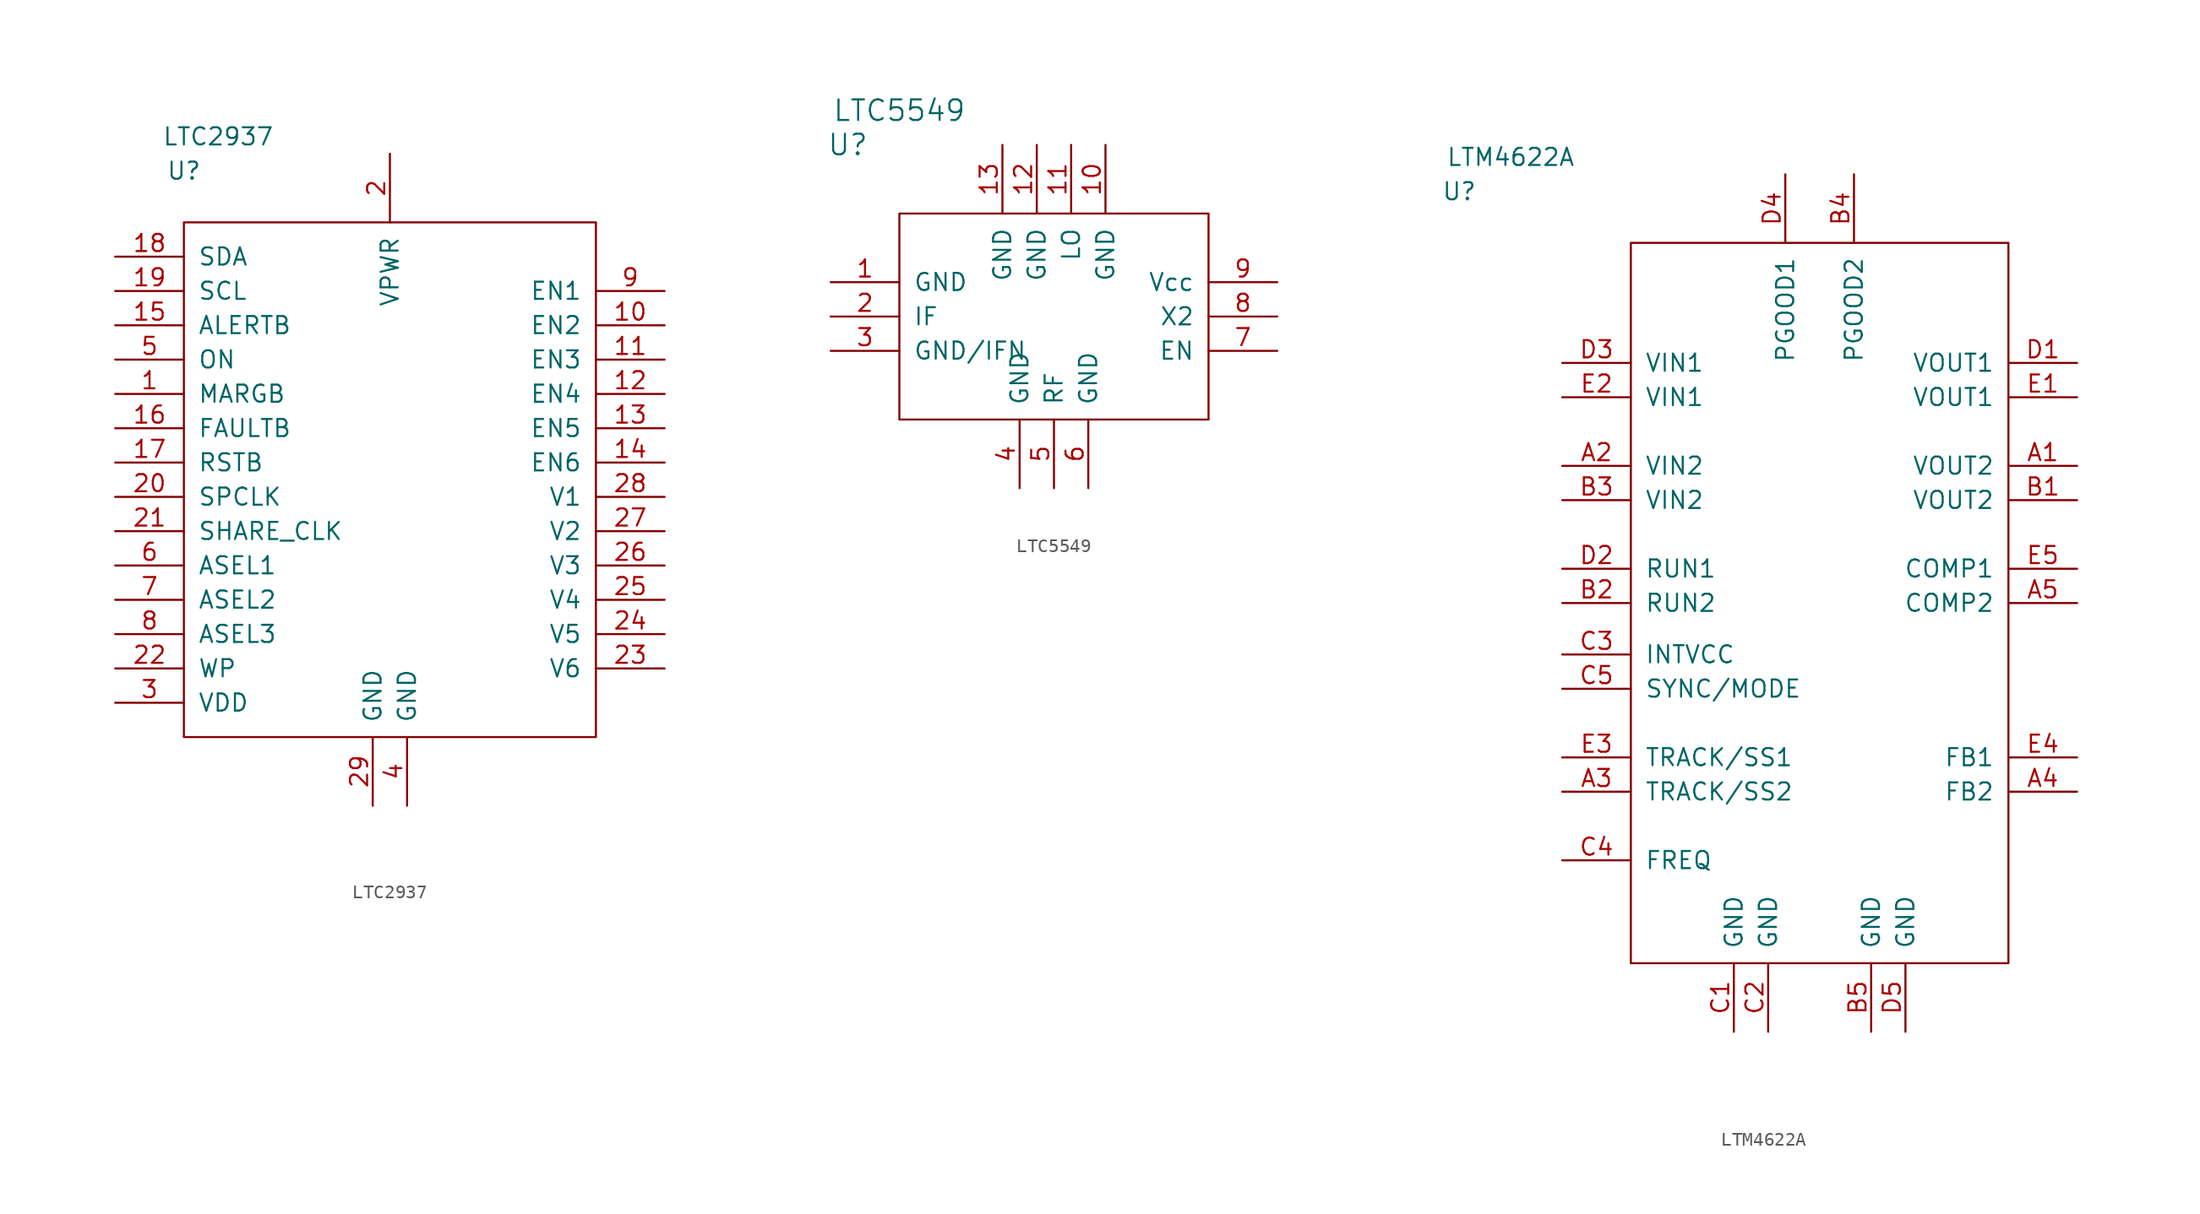
<source format=kicad_sym>
(kicad_symbol_lib
  (version 20201005)
  (generator kicad_symbol_editor)
  (symbol "vna_mm:LTC2937"
    (pin_names
      (offset 1.016))
    (property "Reference" "U"
      (at -15.24 22.86 0)
      (effects (font (size 1.27 1.27))))
    (property "Value" "LTC2937"
      (at -12.7 25.4 0)
      (effects (font (size 1.27 1.27))))
    (symbol "LTC2937_0_1"
      (rectangle (start -15.24 19.05) (end 15.24 -19.05) (stroke (width 0)) (fill (type none))))
    (symbol "LTC2937_1_1"
      (pin input line (at -20.32 6.35 0) (length 5.08) (name "MARGB" (effects (font (size 1.27 1.27)))) (number "1" (effects (font (size 1.27 1.27)))))
      (pin output line (at 20.32 11.43 180) (length 5.08) (name "EN2" (effects (font (size 1.27 1.27)))) (number "10" (effects (font (size 1.27 1.27)))))
      (pin output line (at 20.32 8.89 180) (length 5.08) (name "EN3" (effects (font (size 1.27 1.27)))) (number "11" (effects (font (size 1.27 1.27)))))
      (pin output line (at 20.32 6.35 180) (length 5.08) (name "EN4" (effects (font (size 1.27 1.27)))) (number "12" (effects (font (size 1.27 1.27)))))
      (pin output line (at 20.32 3.81 180) (length 5.08) (name "EN5" (effects (font (size 1.27 1.27)))) (number "13" (effects (font (size 1.27 1.27)))))
      (pin output line (at 20.32 1.27 180) (length 5.08) (name "EN6" (effects (font (size 1.27 1.27)))) (number "14" (effects (font (size 1.27 1.27)))))
      (pin output line (at -20.32 11.43 0) (length 5.08) (name "ALERTB" (effects (font (size 1.27 1.27)))) (number "15" (effects (font (size 1.27 1.27)))))
      (pin output line (at -20.32 3.81 0) (length 5.08) (name "FAULTB" (effects (font (size 1.27 1.27)))) (number "16" (effects (font (size 1.27 1.27)))))
      (pin bidirectional line (at -20.32 1.27 0) (length 5.08) (name "RSTB" (effects (font (size 1.27 1.27)))) (number "17" (effects (font (size 1.27 1.27)))))
      (pin bidirectional line (at -20.32 16.51 0) (length 5.08) (name "SDA" (effects (font (size 1.27 1.27)))) (number "18" (effects (font (size 1.27 1.27)))))
      (pin bidirectional line (at -20.32 13.97 0) (length 5.08) (name "SCL" (effects (font (size 1.27 1.27)))) (number "19" (effects (font (size 1.27 1.27)))))
      (pin power_in line (at 0 24.13 270) (length 5.08) (name "VPWR" (effects (font (size 1.27 1.27)))) (number "2" (effects (font (size 1.27 1.27)))))
      (pin bidirectional line (at -20.32 -1.27 0) (length 5.08) (name "SPCLK" (effects (font (size 1.27 1.27)))) (number "20" (effects (font (size 1.27 1.27)))))
      (pin bidirectional line (at -20.32 -3.81 0) (length 5.08) (name "SHARE_CLK" (effects (font (size 1.27 1.27)))) (number "21" (effects (font (size 1.27 1.27)))))
      (pin input line (at -20.32 -13.97 0) (length 5.08) (name "WP" (effects (font (size 1.27 1.27)))) (number "22" (effects (font (size 1.27 1.27)))))
      (pin input line (at 20.32 -13.97 180) (length 5.08) (name "V6" (effects (font (size 1.27 1.27)))) (number "23" (effects (font (size 1.27 1.27)))))
      (pin input line (at 20.32 -11.43 180) (length 5.08) (name "V5" (effects (font (size 1.27 1.27)))) (number "24" (effects (font (size 1.27 1.27)))))
      (pin input line (at 20.32 -8.89 180) (length 5.08) (name "V4" (effects (font (size 1.27 1.27)))) (number "25" (effects (font (size 1.27 1.27)))))
      (pin input line (at 20.32 -6.35 180) (length 5.08) (name "V3" (effects (font (size 1.27 1.27)))) (number "26" (effects (font (size 1.27 1.27)))))
      (pin input line (at 20.32 -3.81 180) (length 5.08) (name "V2" (effects (font (size 1.27 1.27)))) (number "27" (effects (font (size 1.27 1.27)))))
      (pin input line (at 20.32 -1.27 180) (length 5.08) (name "V1" (effects (font (size 1.27 1.27)))) (number "28" (effects (font (size 1.27 1.27)))))
      (pin power_in line (at -1.27 -24.13 90) (length 5.08) (name "GND" (effects (font (size 1.27 1.27)))) (number "29" (effects (font (size 1.27 1.27)))))
      (pin power_out line (at -20.32 -16.51 0) (length 5.08) (name "VDD" (effects (font (size 1.27 1.27)))) (number "3" (effects (font (size 1.27 1.27)))))
      (pin power_in line (at 1.27 -24.13 90) (length 5.08) (name "GND" (effects (font (size 1.27 1.27)))) (number "4" (effects (font (size 1.27 1.27)))))
      (pin input line (at -20.32 8.89 0) (length 5.08) (name "ON" (effects (font (size 1.27 1.27)))) (number "5" (effects (font (size 1.27 1.27)))))
      (pin input line (at -20.32 -6.35 0) (length 5.08) (name "ASEL1" (effects (font (size 1.27 1.27)))) (number "6" (effects (font (size 1.27 1.27)))))
      (pin input line (at -20.32 -8.89 0) (length 5.08) (name "ASEL2" (effects (font (size 1.27 1.27)))) (number "7" (effects (font (size 1.27 1.27)))))
      (pin input line (at -20.32 -11.43 0) (length 5.08) (name "ASEL3" (effects (font (size 1.27 1.27)))) (number "8" (effects (font (size 1.27 1.27)))))
      (pin output line (at 20.32 13.97 180) (length 5.08) (name "EN1" (effects (font (size 1.27 1.27)))) (number "9" (effects (font (size 1.27 1.27)))))))
  (symbol "vna_mm:LTC5549"
    (pin_names
      (offset 1.016))
    (property "Reference" "U"
      (at -15.24 12.7 0)
      (effects (font (size 1.524 1.524))))
    (property "Value" "LTC5549"
      (at -11.43 15.24 0)
      (effects (font (size 1.524 1.524))))
    (property "Footprint" ""
      (at 0 0 0)
      (effects (font (size 1.524 1.524))))
    (property "Datasheet" ""
      (at 0 0 0)
      (effects (font (size 1.524 1.524))))
    (symbol "LTC5549_0_1"
      (rectangle (start -11.43 7.62) (end 11.43 -7.62) (stroke (width 0)) (fill (type none))))
    (symbol "LTC5549_1_1"
      (pin input line (at -16.51 2.54 0) (length 5.08) (name "GND" (effects (font (size 1.27 1.27)))) (number "1" (effects (font (size 1.27 1.27)))))
      (pin input line (at 3.81 12.7 270) (length 5.08) (name "GND" (effects (font (size 1.27 1.27)))) (number "10" (effects (font (size 1.27 1.27)))))
      (pin input line (at 1.27 12.7 270) (length 5.08) (name "LO" (effects (font (size 1.27 1.27)))) (number "11" (effects (font (size 1.27 1.27)))))
      (pin input line (at -1.27 12.7 270) (length 5.08) (name "GND" (effects (font (size 1.27 1.27)))) (number "12" (effects (font (size 1.27 1.27)))))
      (pin input line (at -3.81 12.7 270) (length 5.08) (name "GND" (effects (font (size 1.27 1.27)))) (number "13" (effects (font (size 1.27 1.27)))))
      (pin input line (at -16.51 0 0) (length 5.08) (name "IF" (effects (font (size 1.27 1.27)))) (number "2" (effects (font (size 1.27 1.27)))))
      (pin input line (at -16.51 -2.54 0) (length 5.08) (name "GND/IFN" (effects (font (size 1.27 1.27)))) (number "3" (effects (font (size 1.27 1.27)))))
      (pin input line (at -2.54 -12.7 90) (length 5.08) (name "GND" (effects (font (size 1.27 1.27)))) (number "4" (effects (font (size 1.27 1.27)))))
      (pin input line (at 0 -12.7 90) (length 5.08) (name "RF" (effects (font (size 1.27 1.27)))) (number "5" (effects (font (size 1.27 1.27)))))
      (pin input line (at 2.54 -12.7 90) (length 5.08) (name "GND" (effects (font (size 1.27 1.27)))) (number "6" (effects (font (size 1.27 1.27)))))
      (pin input line (at 16.51 -2.54 180) (length 5.08) (name "EN" (effects (font (size 1.27 1.27)))) (number "7" (effects (font (size 1.27 1.27)))))
      (pin input line (at 16.51 0 180) (length 5.08) (name "X2" (effects (font (size 1.27 1.27)))) (number "8" (effects (font (size 1.27 1.27)))))
      (pin input line (at 16.51 2.54 180) (length 5.08) (name "Vcc" (effects (font (size 1.27 1.27)))) (number "9" (effects (font (size 1.27 1.27)))))))
  (symbol "vna_mm:LTM4622A"
    (pin_names
      (offset 1.016))
    (property "Reference" "U"
      (at -26.67 30.48 0)
      (effects (font (size 1.27 1.27))))
    (property "Value" "LTM4622A"
      (at -22.86 33.02 0)
      (effects (font (size 1.27 1.27))))
    (symbol "LTM4622A_0_1"
      (rectangle (start -13.97 26.67) (end 13.97 -26.67) (stroke (width 0)) (fill (type none))))
    (symbol "LTM4622A_1_1"
      (pin power_out line (at 19.05 10.16 180) (length 5.08) (name "VOUT2" (effects (font (size 1.27 1.27)))) (number "A1" (effects (font (size 1.27 1.27)))))
      (pin power_in line (at -19.05 10.16 0) (length 5.08) (name "VIN2" (effects (font (size 1.27 1.27)))) (number "A2" (effects (font (size 1.27 1.27)))))
      (pin input line (at -19.05 -13.97 0) (length 5.08) (name "TRACK/SS2" (effects (font (size 1.27 1.27)))) (number "A3" (effects (font (size 1.27 1.27)))))
      (pin input line (at 19.05 -13.97 180) (length 5.08) (name "FB2" (effects (font (size 1.27 1.27)))) (number "A4" (effects (font (size 1.27 1.27)))))
      (pin output line (at 19.05 0 180) (length 5.08) (name "COMP2" (effects (font (size 1.27 1.27)))) (number "A5" (effects (font (size 1.27 1.27)))))
      (pin power_out line (at 19.05 7.62 180) (length 5.08) (name "VOUT2" (effects (font (size 1.27 1.27)))) (number "B1" (effects (font (size 1.27 1.27)))))
      (pin input line (at -19.05 0 0) (length 5.08) (name "RUN2" (effects (font (size 1.27 1.27)))) (number "B2" (effects (font (size 1.27 1.27)))))
      (pin power_in line (at -19.05 7.62 0) (length 5.08) (name "VIN2" (effects (font (size 1.27 1.27)))) (number "B3" (effects (font (size 1.27 1.27)))))
      (pin output line (at 2.54 31.75 270) (length 5.08) (name "PGOOD2" (effects (font (size 1.27 1.27)))) (number "B4" (effects (font (size 1.27 1.27)))))
      (pin power_in line (at 3.81 -31.75 90) (length 5.08) (name "GND" (effects (font (size 1.27 1.27)))) (number "B5" (effects (font (size 1.27 1.27)))))
      (pin power_in line (at -6.35 -31.75 90) (length 5.08) (name "GND" (effects (font (size 1.27 1.27)))) (number "C1" (effects (font (size 1.27 1.27)))))
      (pin power_in line (at -3.81 -31.75 90) (length 5.08) (name "GND" (effects (font (size 1.27 1.27)))) (number "C2" (effects (font (size 1.27 1.27)))))
      (pin output line (at -19.05 -3.81 0) (length 5.08) (name "INTVCC" (effects (font (size 1.27 1.27)))) (number "C3" (effects (font (size 1.27 1.27)))))
      (pin input line (at -19.05 -19.05 0) (length 5.08) (name "FREQ" (effects (font (size 1.27 1.27)))) (number "C4" (effects (font (size 1.27 1.27)))))
      (pin input line (at -19.05 -6.35 0) (length 5.08) (name "SYNC/MODE" (effects (font (size 1.27 1.27)))) (number "C5" (effects (font (size 1.27 1.27)))))
      (pin power_out line (at 19.05 17.78 180) (length 5.08) (name "VOUT1" (effects (font (size 1.27 1.27)))) (number "D1" (effects (font (size 1.27 1.27)))))
      (pin input line (at -19.05 2.54 0) (length 5.08) (name "RUN1" (effects (font (size 1.27 1.27)))) (number "D2" (effects (font (size 1.27 1.27)))))
      (pin power_in line (at -19.05 17.78 0) (length 5.08) (name "VIN1" (effects (font (size 1.27 1.27)))) (number "D3" (effects (font (size 1.27 1.27)))))
      (pin output line (at -2.54 31.75 270) (length 5.08) (name "PGOOD1" (effects (font (size 1.27 1.27)))) (number "D4" (effects (font (size 1.27 1.27)))))
      (pin power_in line (at 6.35 -31.75 90) (length 5.08) (name "GND" (effects (font (size 1.27 1.27)))) (number "D5" (effects (font (size 1.27 1.27)))))
      (pin power_out line (at 19.05 15.24 180) (length 5.08) (name "VOUT1" (effects (font (size 1.27 1.27)))) (number "E1" (effects (font (size 1.27 1.27)))))
      (pin power_in line (at -19.05 15.24 0) (length 5.08) (name "VIN1" (effects (font (size 1.27 1.27)))) (number "E2" (effects (font (size 1.27 1.27)))))
      (pin input line (at -19.05 -11.43 0) (length 5.08) (name "TRACK/SS1" (effects (font (size 1.27 1.27)))) (number "E3" (effects (font (size 1.27 1.27)))))
      (pin input line (at 19.05 -11.43 180) (length 5.08) (name "FB1" (effects (font (size 1.27 1.27)))) (number "E4" (effects (font (size 1.27 1.27)))))
      (pin output line (at 19.05 2.54 180) (length 5.08) (name "COMP1" (effects (font (size 1.27 1.27)))) (number "E5" (effects (font (size 1.27 1.27))))))))
</source>
